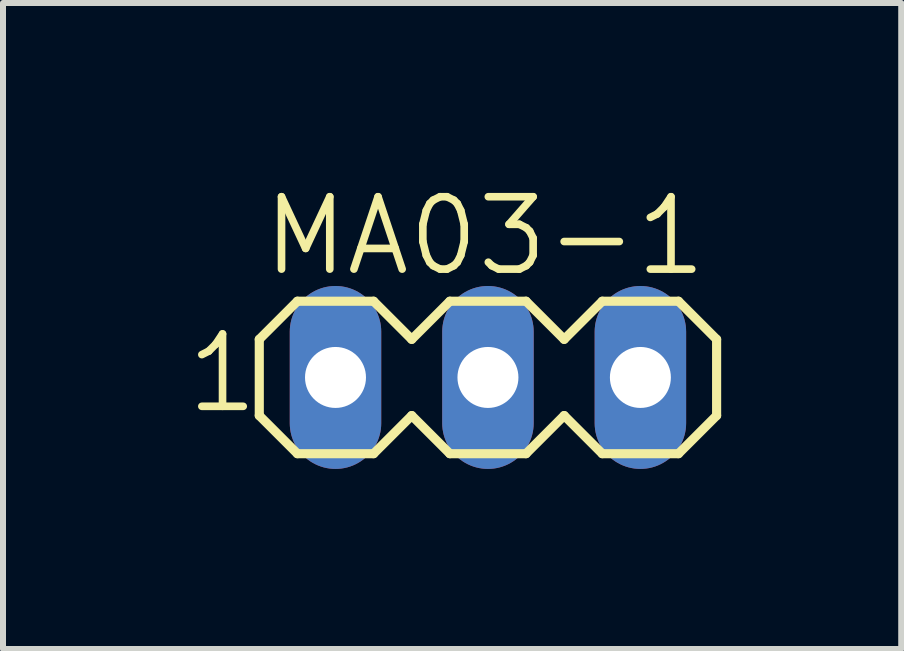
<source format=kicad_pcb>
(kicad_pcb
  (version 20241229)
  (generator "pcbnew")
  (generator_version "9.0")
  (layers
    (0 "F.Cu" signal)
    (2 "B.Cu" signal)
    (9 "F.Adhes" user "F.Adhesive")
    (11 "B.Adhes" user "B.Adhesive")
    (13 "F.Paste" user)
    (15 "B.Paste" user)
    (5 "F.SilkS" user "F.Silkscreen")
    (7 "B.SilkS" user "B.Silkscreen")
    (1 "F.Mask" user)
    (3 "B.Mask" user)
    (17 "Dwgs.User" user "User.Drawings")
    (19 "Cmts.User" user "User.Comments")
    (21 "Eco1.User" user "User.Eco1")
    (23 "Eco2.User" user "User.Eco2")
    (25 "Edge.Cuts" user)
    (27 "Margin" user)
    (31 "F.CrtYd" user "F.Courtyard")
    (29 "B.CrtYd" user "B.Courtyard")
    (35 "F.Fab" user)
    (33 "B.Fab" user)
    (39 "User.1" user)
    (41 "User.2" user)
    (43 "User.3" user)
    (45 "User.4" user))
  (footprint "MA03-1"
    (layer "F.Cu")
    (at 5.08 3.239)
    (property "Reference" "MA03-1" (at -3.81 -1.651 0) (layer "F.SilkS") (effects (font (size 1.206 1.206) (thickness 0.127)) (justify left bottom)))
    (attr through_hole)
    (fp_line (start -3.81 -0.635) (end -3.81 0.635) (stroke (width 0.152) (type solid)) (layer "F.SilkS"))
    (fp_line (start -3.81 0.635) (end -3.175 1.27) (stroke (width 0.152) (type solid)) (layer "F.SilkS"))
    (fp_line (start -3.175 -1.27) (end -3.81 -0.635) (stroke (width 0.152) (type solid)) (layer "F.SilkS"))
    (fp_line (start -3.175 -1.27) (end -1.905 -1.27) (stroke (width 0.152) (type solid)) (layer "F.SilkS"))
    (fp_line (start -1.905 -1.27) (end -1.27 -0.635) (stroke (width 0.152) (type solid)) (layer "F.SilkS"))
    (fp_line (start -1.905 1.27) (end -3.175 1.27) (stroke (width 0.152) (type solid)) (layer "F.SilkS"))
    (fp_line (start -1.27 -0.635) (end -0.635 -1.27) (stroke (width 0.152) (type solid)) (layer "F.SilkS"))
    (fp_line (start -1.27 0.635) (end -1.905 1.27) (stroke (width 0.152) (type solid)) (layer "F.SilkS"))
    (fp_line (start -0.635 -1.27) (end 0.635 -1.27) (stroke (width 0.152) (type solid)) (layer "F.SilkS"))
    (fp_line (start -0.635 1.27) (end -1.27 0.635) (stroke (width 0.152) (type solid)) (layer "F.SilkS"))
    (fp_line (start 0.635 -1.27) (end 1.27 -0.635) (stroke (width 0.152) (type solid)) (layer "F.SilkS"))
    (fp_line (start 0.635 1.27) (end -0.635 1.27) (stroke (width 0.152) (type solid)) (layer "F.SilkS"))
    (fp_line (start 1.27 -0.635) (end 1.905 -1.27) (stroke (width 0.152) (type solid)) (layer "F.SilkS"))
    (fp_line (start 1.27 0.635) (end 0.635 1.27) (stroke (width 0.152) (type solid)) (layer "F.SilkS"))
    (fp_line (start 1.905 -1.27) (end 3.175 -1.27) (stroke (width 0.152) (type solid)) (layer "F.SilkS"))
    (fp_line (start 1.905 1.27) (end 1.27 0.635) (stroke (width 0.152) (type solid)) (layer "F.SilkS"))
    (fp_line (start 3.175 -1.27) (end 3.81 -0.635) (stroke (width 0.152) (type solid)) (layer "F.SilkS"))
    (fp_line (start 3.175 1.27) (end 1.905 1.27) (stroke (width 0.152) (type solid)) (layer "F.SilkS"))
    (fp_line (start 3.81 -0.635) (end 3.81 0.635) (stroke (width 0.152) (type solid)) (layer "F.SilkS"))
    (fp_line (start 3.81 0.635) (end 3.175 1.27) (stroke (width 0.152) (type solid)) (layer "F.SilkS"))
    (fp_poly (pts (xy -2.794 0.254) (xy -2.286 0.254) (xy -2.286 -0.254) (xy -2.794 -0.254)) (stroke (width 0.1) (type solid)) (fill no) (layer "F.Fab"))
    (fp_poly (pts (xy -0.254 0.254) (xy 0.254 0.254) (xy 0.254 -0.254) (xy -0.254 -0.254)) (stroke (width 0.1) (type solid)) (fill no) (layer "F.Fab"))
    (fp_poly (pts (xy 2.286 0.254) (xy 2.794 0.254) (xy 2.794 -0.254) (xy 2.286 -0.254)) (stroke (width 0.1) (type solid)) (fill no) (layer "F.Fab"))
    (fp_text user "1" (at -5.08 0.635 0) (layer "F.SilkS") (effects (font (size 1.206 1.206) (thickness 0.127)) (justify left bottom)))
    (pad "1" thru_hole oval (at -2.54 0 90) (size 3.048 1.524) (drill 1.016) (layers "*.Cu" "*.Mask"))
    (pad "2" thru_hole oval (at 0 0 90) (size 3.048 1.524) (drill 1.016) (layers "*.Cu" "*.Mask"))
    (pad "3" thru_hole oval (at 2.54 0 90) (size 3.048 1.524) (drill 1.016) (layers "*.Cu" "*.Mask")))
  (gr_rect
    (start -3 -3)
    (end 11.966 7.763)
    (stroke (width 0.1) (type default))
    (fill no)
    (layer "Edge.Cuts")))
</source>
